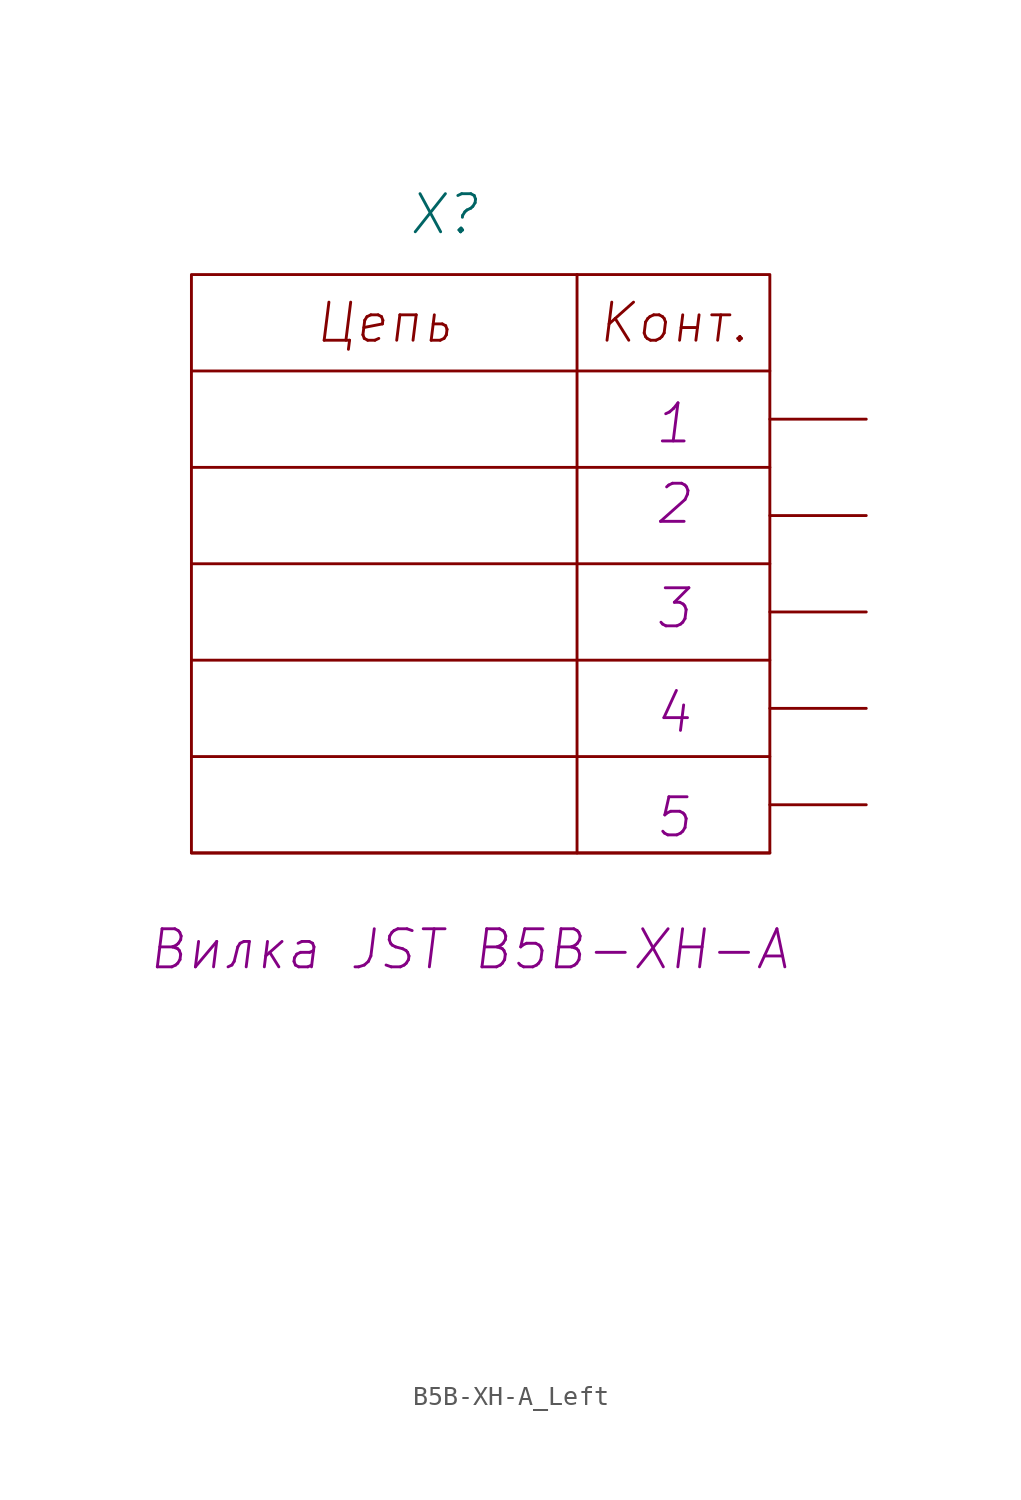
<source format=kicad_sym>
(kicad_symbol_lib
  (version 20210619)
  (generator kicad_symbol_editor)
  (symbol "my_Library:B5B-XH-A_Left"
    (pin_numbers hide)
    (pin_names
      (offset 0) hide)
    (property "Reference" "X"
      (at -22.225 10.795 0)
      (effects (font (size 2.007 2.007) italic)))
    (property "ValueName" "Вилка JST B5B-XH-A"
      (at -20.955 -27.94 0)
      (effects (font (size 2.007 2.007) italic)))
    (property "PIN1" "1"
      (at -10.16 -0.227 0)
      (effects (font (size 2.007 2.007) italic)))
    (property "PIN2" "2"
      (at -10.16 -4.464 0)
      (effects (font (size 2.007 2.007) italic)))
    (property "PIN3" "3"
      (at -10.16 -9.971 0)
      (effects (font (size 2.007 2.007) italic)))
    (property "PIN4" "4"
      (at -10.16 -15.478 0)
      (effects (font (size 2.007 2.007) italic)))
    (property "PIN5" "5"
      (at -10.16 -20.985 0)
      (effects (font (size 2.007 2.007) italic)))
    (property "PIN6" ""
      (at -36.195 -27.432 0)
      (effects (font (size 2.007 2.007) italic) (justify left)))
    (property "PIN7" ""
      (at -36.195 -31.669 0)
      (effects (font (size 2.007 2.007) italic) (justify left)))
    (property "PIN8" ""
      (at -36.195 -35.906 0)
      (effects (font (size 2.007 2.007) italic) (justify left)))
    (property "PIN9" ""
      (at -36.195 -40.143 0)
      (effects (font (size 2.007 2.007) italic) (justify left)))
    (property "PIN10" ""
      (at -36.195 -44.38 0)
      (effects (font (size 2.007 2.007) italic) (justify left)))
    (symbol "B5B-XH-A_Left_0_0"
      (rectangle (start -5.08 7.62) (end -35.56 -22.86) (stroke (width 0)) (fill (type none)))
      (polyline (pts (xy -35.56 -22.86) (xy -5.08 -22.86)) (stroke (width 0)) (fill (type none)))
      (polyline (pts (xy -35.56 -17.78) (xy -5.08 -17.78)) (stroke (width 0)) (fill (type none)))
      (polyline (pts (xy -35.56 -12.7) (xy -5.08 -12.7)) (stroke (width 0)) (fill (type none)))
      (polyline (pts (xy -35.56 -7.62) (xy -5.08 -7.62)) (stroke (width 0)) (fill (type none)))
      (polyline (pts (xy -35.56 -2.54) (xy -5.08 -2.54)) (stroke (width 0)) (fill (type none)))
      (polyline (pts (xy -35.56 2.54) (xy -5.08 2.54)) (stroke (width 0)) (fill (type none)))
      (polyline (pts (xy -15.24 7.62) (xy -15.24 -22.86)) (stroke (width 0)) (fill (type none))))
    (symbol "B5B-XH-A_Left_1_1"
      (text "Конт." (at -10.16 5.08 0) (effects (font (size 2.007 2.007) italic)))
      (text "Цепь" (at -25.4 5.08 0) (effects (font (size 2.007 2.007) italic)))
      (pin passive line (at 0 0 180) (length 5.08) (name "1" (effects (font (size 2.007 2.007)))) (number "1" (effects (font (size 2.007 2.007)))))
      (pin passive line (at 0 -5.08 180) (length 5.08) (name "2" (effects (font (size 2.007 2.007)))) (number "2" (effects (font (size 2.007 2.007)))))
      (pin passive line (at 0 -10.16 180) (length 5.08) (name "3" (effects (font (size 2.007 2.007)))) (number "3" (effects (font (size 2.007 2.007)))))
      (pin passive line (at 0 -15.24 180) (length 5.08) (name "4" (effects (font (size 2.007 2.007)))) (number "4" (effects (font (size 2.007 2.007)))))
      (pin passive line (at 0 -20.32 180) (length 5.08) (name "5" (effects (font (size 2.007 2.007)))) (number "5" (effects (font (size 2.007 2.007))))))))
</source>
